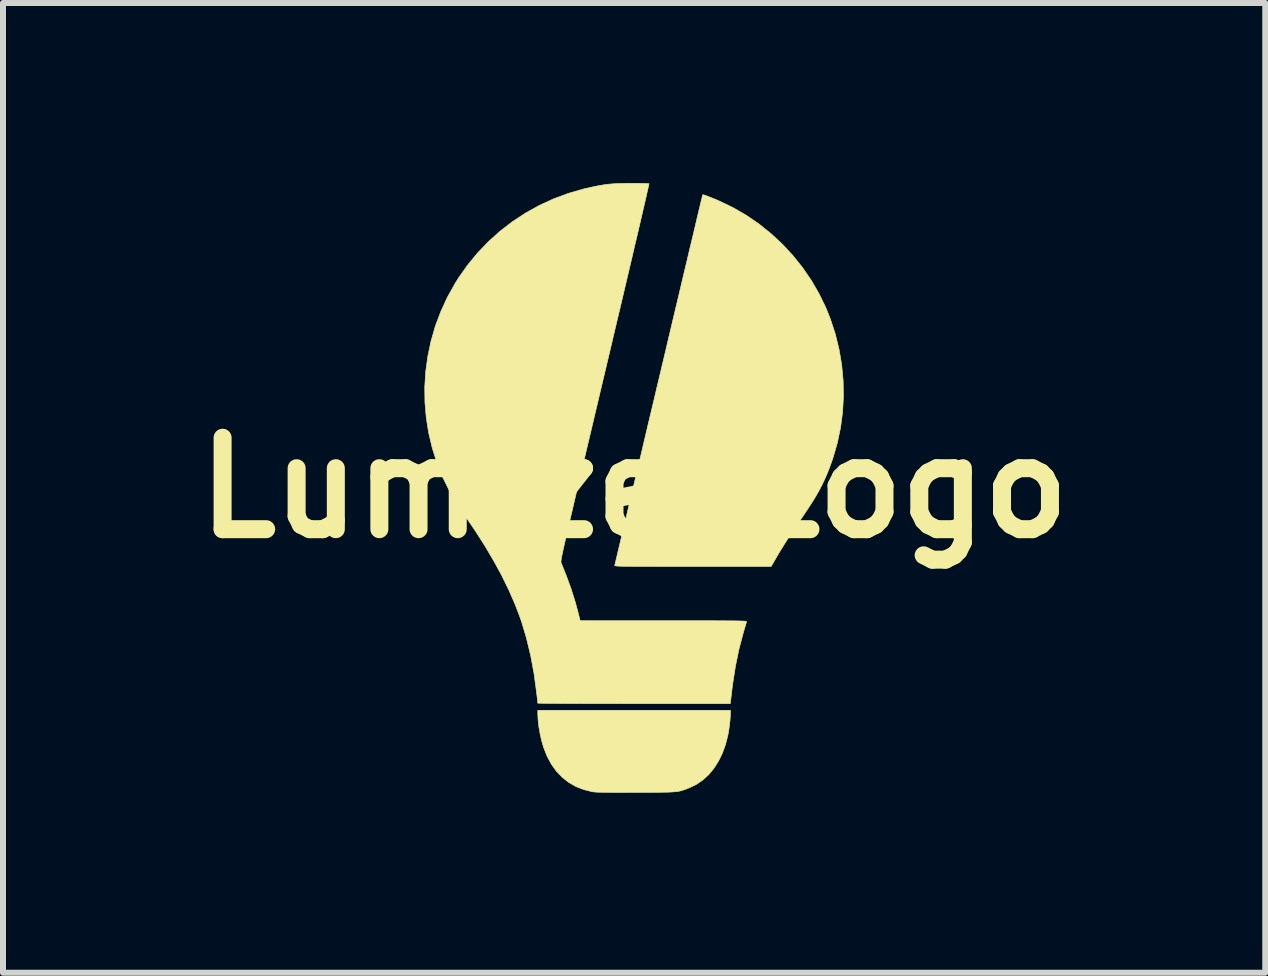
<source format=kicad_pcb>
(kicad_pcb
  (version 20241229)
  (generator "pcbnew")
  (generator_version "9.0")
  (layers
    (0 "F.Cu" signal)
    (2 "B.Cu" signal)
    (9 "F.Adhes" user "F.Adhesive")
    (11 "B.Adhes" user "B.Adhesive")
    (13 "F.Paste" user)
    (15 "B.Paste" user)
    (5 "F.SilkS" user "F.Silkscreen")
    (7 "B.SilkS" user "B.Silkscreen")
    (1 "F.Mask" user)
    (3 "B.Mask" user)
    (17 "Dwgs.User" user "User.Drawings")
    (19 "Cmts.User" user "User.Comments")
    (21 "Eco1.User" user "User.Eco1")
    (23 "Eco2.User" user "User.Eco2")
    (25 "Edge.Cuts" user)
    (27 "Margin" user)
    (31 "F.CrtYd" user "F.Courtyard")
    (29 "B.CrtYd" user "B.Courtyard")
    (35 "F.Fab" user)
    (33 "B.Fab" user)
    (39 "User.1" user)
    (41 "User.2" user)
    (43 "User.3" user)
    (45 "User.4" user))
  (footprint "Lumize_Logo"
    (layer "F.Cu")
    (at 7.518 5.08)
    (property "Reference" "Lumize_Logo" (at 0 0 0) (layer "F.SilkS") (effects (font (size 1.524 1.524) (thickness 0.3))))
    (attr through_hole)
    (fp_poly (pts (xy 1.605 3.758) (xy 1.603 3.813) (xy 1.598 3.882) (xy 1.589 3.958) (xy 1.579 4.034) (xy 1.567 4.104) (xy 1.564 4.12) (xy 1.524 4.278) (xy 1.471 4.424) (xy 1.406 4.557) (xy 1.329 4.677) (xy 1.241 4.783) (xy 1.142 4.872) (xy 1.035 4.945) (xy 0.92 5) (xy 0.883 5.014) (xy 0.85 5.027) (xy 0.821 5.037) (xy 0.792 5.046) (xy 0.763 5.054) (xy 0.731 5.06) (xy 0.695 5.064) (xy 0.653 5.068) (xy 0.604 5.071) (xy 0.544 5.073) (xy 0.474 5.074) (xy 0.39 5.075) (xy 0.292 5.076) (xy 0.177 5.076) (xy 0.043 5.076) (xy 0.03 5.076) (xy -0.111 5.077) (xy -0.233 5.077) (xy -0.337 5.077) (xy -0.426 5.076) (xy -0.499 5.075) (xy -0.56 5.074) (xy -0.608 5.073) (xy -0.646 5.071) (xy -0.675 5.068) (xy -0.696 5.066) (xy -0.698 5.065) (xy -0.841 5.029) (xy -0.973 4.977) (xy -1.093 4.908) (xy -1.201 4.822) (xy -1.297 4.721) (xy -1.381 4.603) (xy -1.452 4.47) (xy -1.509 4.324) (xy -1.54 4.218) (xy -1.566 4.103) (xy -1.587 3.984) (xy -1.6 3.869) (xy -1.605 3.765) (xy -1.605 3.757) (xy -1.605 3.708) (xy 1.605 3.708) (xy 1.605 3.758)) (stroke (width 0.01) (type solid)) (fill yes) (layer "F.SilkS"))
    (fp_poly (pts (xy 1.155 -4.884) (xy 1.182 -4.876) (xy 1.222 -4.861) (xy 1.273 -4.841) (xy 1.331 -4.818) (xy 1.395 -4.791) (xy 1.417 -4.781) (xy 1.648 -4.67) (xy 1.87 -4.542) (xy 2.082 -4.397) (xy 2.282 -4.236) (xy 2.47 -4.061) (xy 2.645 -3.873) (xy 2.806 -3.672) (xy 2.952 -3.46) (xy 3.081 -3.238) (xy 3.194 -3.006) (xy 3.27 -2.817) (xy 3.353 -2.564) (xy 3.416 -2.307) (xy 3.46 -2.047) (xy 3.484 -1.786) (xy 3.489 -1.524) (xy 3.475 -1.263) (xy 3.441 -1.004) (xy 3.387 -0.748) (xy 3.314 -0.496) (xy 3.27 -0.371) (xy 3.227 -0.259) (xy 3.182 -0.154) (xy 3.134 -0.052) (xy 3.081 0.049) (xy 3.022 0.152) (xy 2.955 0.261) (xy 2.878 0.378) (xy 2.791 0.507) (xy 2.758 0.554) (xy 2.707 0.628) (xy 2.649 0.715) (xy 2.587 0.81) (xy 2.524 0.908) (xy 2.464 1.006) (xy 2.408 1.097) (xy 2.366 1.169) (xy 2.284 1.311) (xy 0.978 1.311) (xy 0.789 1.311) (xy 0.618 1.311) (xy 0.466 1.311) (xy 0.332 1.31) (xy 0.213 1.31) (xy 0.11 1.31) (xy 0.02 1.31) (xy -0.056 1.309) (xy -0.12 1.309) (xy -0.173 1.308) (xy -0.216 1.307) (xy -0.25 1.306) (xy -0.276 1.304) (xy -0.295 1.303) (xy -0.308 1.301) (xy -0.316 1.299) (xy -0.321 1.297) (xy -0.323 1.295) (xy -0.323 1.292) (xy -0.322 1.291) (xy -0.32 1.28) (xy -0.312 1.25) (xy -0.301 1.201) (xy -0.285 1.135) (xy -0.266 1.052) (xy -0.242 0.953) (xy -0.215 0.839) (xy -0.185 0.71) (xy -0.151 0.568) (xy -0.114 0.413) (xy -0.074 0.246) (xy -0.032 0.067) (xy 0.013 -0.123) (xy 0.06 -0.322) (xy 0.11 -0.531) (xy 0.161 -0.748) (xy 0.214 -0.973) (xy 0.269 -1.205) (xy 0.326 -1.443) (xy 0.383 -1.686) (xy 0.412 -1.805) (xy 0.47 -2.05) (xy 0.527 -2.291) (xy 0.582 -2.525) (xy 0.636 -2.753) (xy 0.688 -2.973) (xy 0.739 -3.186) (xy 0.787 -3.389) (xy 0.833 -3.583) (xy 0.877 -3.766) (xy 0.917 -3.938) (xy 0.956 -4.099) (xy 0.991 -4.246) (xy 1.023 -4.381) (xy 1.051 -4.501) (xy 1.076 -4.606) (xy 1.098 -4.696) (xy 1.115 -4.769) (xy 1.129 -4.825) (xy 1.138 -4.863) (xy 1.143 -4.883) (xy 1.143 -4.885) (xy 1.155 -4.884)) (stroke (width 0.01) (type solid)) (fill yes) (layer "F.SilkS"))
    (fp_poly (pts (xy 0.03 -5.075) (xy 0.098 -5.074) (xy 0.156 -5.073) (xy 0.202 -5.072) (xy 0.234 -5.07) (xy 0.248 -5.068) (xy 0.249 -5.068) (xy 0.247 -5.058) (xy 0.241 -5.029) (xy 0.23 -4.981) (xy 0.215 -4.916) (xy 0.197 -4.834) (xy 0.174 -4.736) (xy 0.148 -4.623) (xy 0.118 -4.495) (xy 0.085 -4.353) (xy 0.049 -4.198) (xy 0.009 -4.031) (xy -0.032 -3.853) (xy -0.077 -3.663) (xy -0.124 -3.464) (xy -0.173 -3.255) (xy -0.224 -3.038) (xy -0.278 -2.812) (xy -0.333 -2.58) (xy -0.389 -2.341) (xy -0.447 -2.097) (xy -0.488 -1.924) (xy -0.558 -1.629) (xy -0.623 -1.353) (xy -0.684 -1.095) (xy -0.741 -0.855) (xy -0.794 -0.632) (xy -0.842 -0.426) (xy -0.887 -0.236) (xy -0.929 -0.061) (xy -0.967 0.1) (xy -1.001 0.246) (xy -1.032 0.38) (xy -1.061 0.5) (xy -1.086 0.609) (xy -1.108 0.706) (xy -1.128 0.793) (xy -1.146 0.869) (xy -1.161 0.936) (xy -1.174 0.995) (xy -1.185 1.045) (xy -1.194 1.088) (xy -1.202 1.124) (xy -1.208 1.154) (xy -1.212 1.178) (xy -1.215 1.197) (xy -1.217 1.213) (xy -1.218 1.224) (xy -1.219 1.233) (xy -1.218 1.24) (xy -1.217 1.244) (xy -1.216 1.248) (xy -1.216 1.249) (xy -1.125 1.477) (xy -1.047 1.693) (xy -0.982 1.9) (xy -0.938 2.06) (xy -0.899 2.215) (xy 0.491 2.215) (xy 0.688 2.215) (xy 0.865 2.215) (xy 1.023 2.215) (xy 1.165 2.215) (xy 1.29 2.215) (xy 1.399 2.216) (xy 1.495 2.216) (xy 1.576 2.217) (xy 1.646 2.217) (xy 1.704 2.218) (xy 1.751 2.219) (xy 1.79 2.22) (xy 1.819 2.221) (xy 1.841 2.222) (xy 1.857 2.224) (xy 1.867 2.226) (xy 1.873 2.228) (xy 1.875 2.23) (xy 1.875 2.232) (xy 1.87 2.247) (xy 1.861 2.278) (xy 1.848 2.321) (xy 1.832 2.374) (xy 1.819 2.42) (xy 1.748 2.687) (xy 1.69 2.969) (xy 1.644 3.261) (xy 1.631 3.363) (xy 1.625 3.418) (xy 1.618 3.471) (xy 1.613 3.516) (xy 1.609 3.546) (xy 1.609 3.548) (xy 1.603 3.597) (xy -0.001 3.597) (xy -0.18 3.597) (xy -0.353 3.596) (xy -0.52 3.596) (xy -0.679 3.596) (xy -0.829 3.596) (xy -0.969 3.595) (xy -1.098 3.595) (xy -1.215 3.594) (xy -1.318 3.593) (xy -1.408 3.593) (xy -1.482 3.592) (xy -1.54 3.591) (xy -1.58 3.59) (xy -1.602 3.59) (xy -1.605 3.589) (xy -1.607 3.577) (xy -1.61 3.548) (xy -1.614 3.506) (xy -1.62 3.454) (xy -1.626 3.406) (xy -1.668 3.095) (xy -1.724 2.795) (xy -1.793 2.508) (xy -1.874 2.236) (xy -1.901 2.159) (xy -1.987 1.933) (xy -2.09 1.699) (xy -2.208 1.458) (xy -2.342 1.213) (xy -2.489 0.964) (xy -2.649 0.714) (xy -2.769 0.538) (xy -2.831 0.449) (xy -2.884 0.372) (xy -2.928 0.305) (xy -2.966 0.246) (xy -3 0.19) (xy -3.032 0.135) (xy -3.064 0.077) (xy -3.073 0.061) (xy -3.189 -0.175) (xy -3.286 -0.417) (xy -3.364 -0.665) (xy -3.424 -0.916) (xy -3.464 -1.17) (xy -3.486 -1.425) (xy -3.489 -1.682) (xy -3.473 -1.937) (xy -3.438 -2.191) (xy -3.385 -2.443) (xy -3.314 -2.691) (xy -3.223 -2.933) (xy -3.115 -3.17) (xy -2.987 -3.4) (xy -2.929 -3.494) (xy -2.777 -3.71) (xy -2.609 -3.914) (xy -2.428 -4.103) (xy -2.234 -4.277) (xy -2.028 -4.436) (xy -1.81 -4.579) (xy -1.582 -4.706) (xy -1.344 -4.815) (xy -1.097 -4.907) (xy -0.842 -4.981) (xy -0.655 -5.023) (xy -0.572 -5.038) (xy -0.498 -5.051) (xy -0.428 -5.06) (xy -0.357 -5.066) (xy -0.281 -5.071) (xy -0.196 -5.073) (xy -0.097 -5.075) (xy -0.044 -5.075) (xy 0.03 -5.075)) (stroke (width 0.01) (type solid)) (fill yes) (layer "F.SilkS")))
  (gr_rect
    (start -3 -3)
    (end 18.037 13.162)
    (stroke (width 0.1) (type default))
    (fill no)
    (layer "Edge.Cuts")))
</source>
